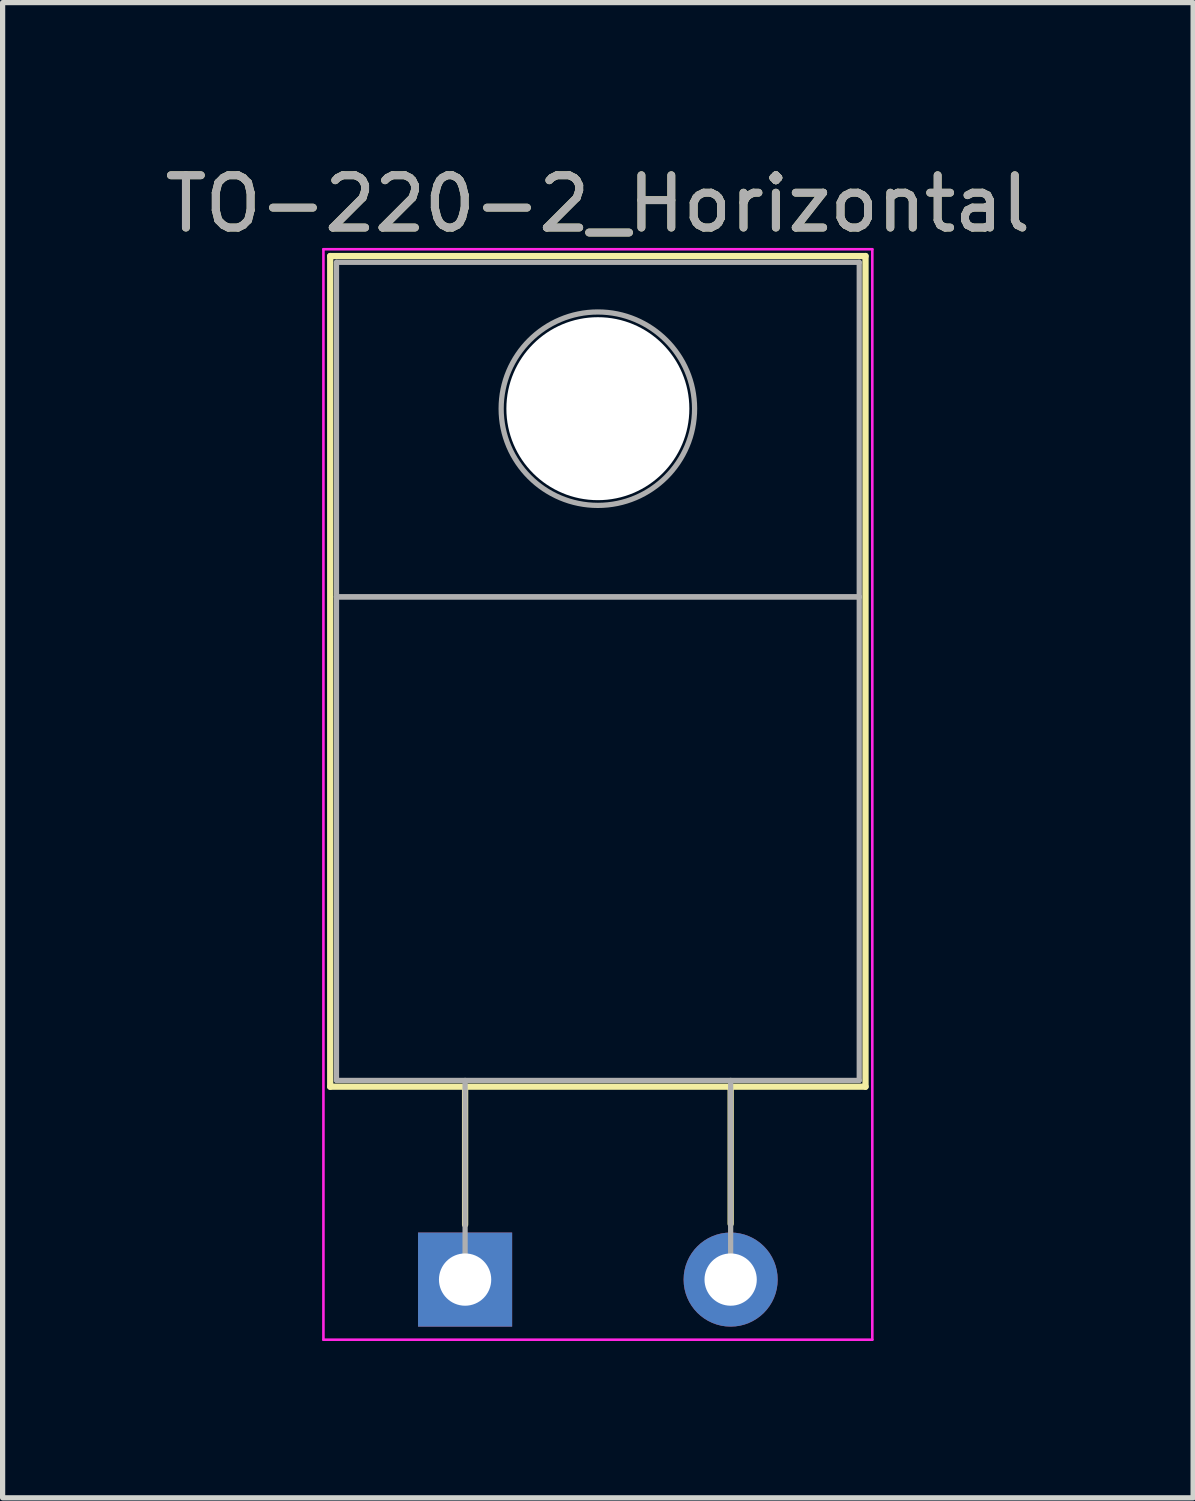
<source format=kicad_pcb>
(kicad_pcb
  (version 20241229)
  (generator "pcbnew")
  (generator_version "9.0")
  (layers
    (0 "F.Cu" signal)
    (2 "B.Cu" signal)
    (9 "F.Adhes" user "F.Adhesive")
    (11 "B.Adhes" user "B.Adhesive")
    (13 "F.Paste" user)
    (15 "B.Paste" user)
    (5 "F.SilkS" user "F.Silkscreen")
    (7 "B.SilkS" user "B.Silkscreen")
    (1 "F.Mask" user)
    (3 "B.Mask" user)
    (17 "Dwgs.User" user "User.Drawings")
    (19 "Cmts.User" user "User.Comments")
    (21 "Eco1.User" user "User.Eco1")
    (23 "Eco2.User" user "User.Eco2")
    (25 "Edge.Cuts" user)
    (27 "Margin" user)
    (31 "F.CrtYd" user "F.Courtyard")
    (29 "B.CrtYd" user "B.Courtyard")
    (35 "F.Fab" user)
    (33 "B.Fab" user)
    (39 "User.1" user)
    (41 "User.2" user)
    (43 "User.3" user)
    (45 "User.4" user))
  (footprint "TO-220-2_Horizontal"
    (layer "F.Cu")
    (at 5.847 21.428)
    (property "Reference" "TO-220-2_Horizontal" (at 2.54 -20.58 0) (layer "F.SilkS") (effects (font (size 1 1) (thickness 0.15))))
    (attr through_hole)
    (fp_line (start -2.58 -19.58) (end -2.58 -3.69) (stroke (width 0.12) (type solid)) (layer "F.SilkS"))
    (fp_line (start -2.58 -19.58) (end 7.66 -19.58) (stroke (width 0.12) (type solid)) (layer "F.SilkS"))
    (fp_line (start -2.58 -3.69) (end 7.66 -3.69) (stroke (width 0.12) (type solid)) (layer "F.SilkS"))
    (fp_line (start 0 -3.69) (end 0 -1.05) (stroke (width 0.12) (type solid)) (layer "F.SilkS"))
    (fp_line (start 5.08 -3.69) (end 5.08 -1.066) (stroke (width 0.12) (type solid)) (layer "F.SilkS"))
    (fp_line (start 7.66 -19.58) (end 7.66 -3.69) (stroke (width 0.12) (type solid)) (layer "F.SilkS"))
    (fp_line (start -2.71 -19.71) (end -2.71 1.15) (stroke (width 0.05) (type solid)) (layer "F.CrtYd"))
    (fp_line (start -2.71 1.15) (end 7.79 1.15) (stroke (width 0.05) (type solid)) (layer "F.CrtYd"))
    (fp_line (start 7.79 -19.71) (end -2.71 -19.71) (stroke (width 0.05) (type solid)) (layer "F.CrtYd"))
    (fp_line (start 7.79 1.15) (end 7.79 -19.71) (stroke (width 0.05) (type solid)) (layer "F.CrtYd"))
    (fp_line (start -2.46 -19.46) (end 7.54 -19.46) (stroke (width 0.1) (type solid)) (layer "F.Fab"))
    (fp_line (start -2.46 -13.06) (end -2.46 -19.46) (stroke (width 0.1) (type solid)) (layer "F.Fab"))
    (fp_line (start -2.46 -13.06) (end 7.54 -13.06) (stroke (width 0.1) (type solid)) (layer "F.Fab"))
    (fp_line (start -2.46 -3.81) (end -2.46 -13.06) (stroke (width 0.1) (type solid)) (layer "F.Fab"))
    (fp_line (start 0 -3.81) (end 0 0) (stroke (width 0.1) (type solid)) (layer "F.Fab"))
    (fp_line (start 5.08 -3.81) (end 5.08 0) (stroke (width 0.1) (type solid)) (layer "F.Fab"))
    (fp_line (start 7.54 -19.46) (end 7.54 -13.06) (stroke (width 0.1) (type solid)) (layer "F.Fab"))
    (fp_line (start 7.54 -13.06) (end -2.46 -13.06) (stroke (width 0.1) (type solid)) (layer "F.Fab"))
    (fp_line (start 7.54 -13.06) (end 7.54 -3.81) (stroke (width 0.1) (type solid)) (layer "F.Fab"))
    (fp_line (start 7.54 -3.81) (end -2.46 -3.81) (stroke (width 0.1) (type solid)) (layer "F.Fab"))
    (fp_circle (center 2.54 -16.66) (end 4.39 -16.66) (stroke (width 0.1) (type solid)) (fill no) (layer "F.Fab"))
    (fp_text user "${REFERENCE}" (at 2.54 -20.58 0) (layer "F.Fab") (effects (font (size 1 1) (thickness 0.15))))
    (pad "" np_thru_hole oval (at 2.54 -16.66) (size 3.5 3.5) (drill 3.5) (layers "*.Cu" "*.Mask"))
    (pad "1" thru_hole rect (at 0 0) (size 1.8 1.8) (drill 1) (layers "*.Cu" "*.Mask"))
    (pad "2" thru_hole oval (at 5.08 0) (size 1.8 1.8) (drill 1) (layers "*.Cu" "*.Mask")))
  (gr_rect
    (start -3 -3)
    (end 19.774 25.603)
    (stroke (width 0.1) (type default))
    (fill no)
    (layer "Edge.Cuts")))
</source>
